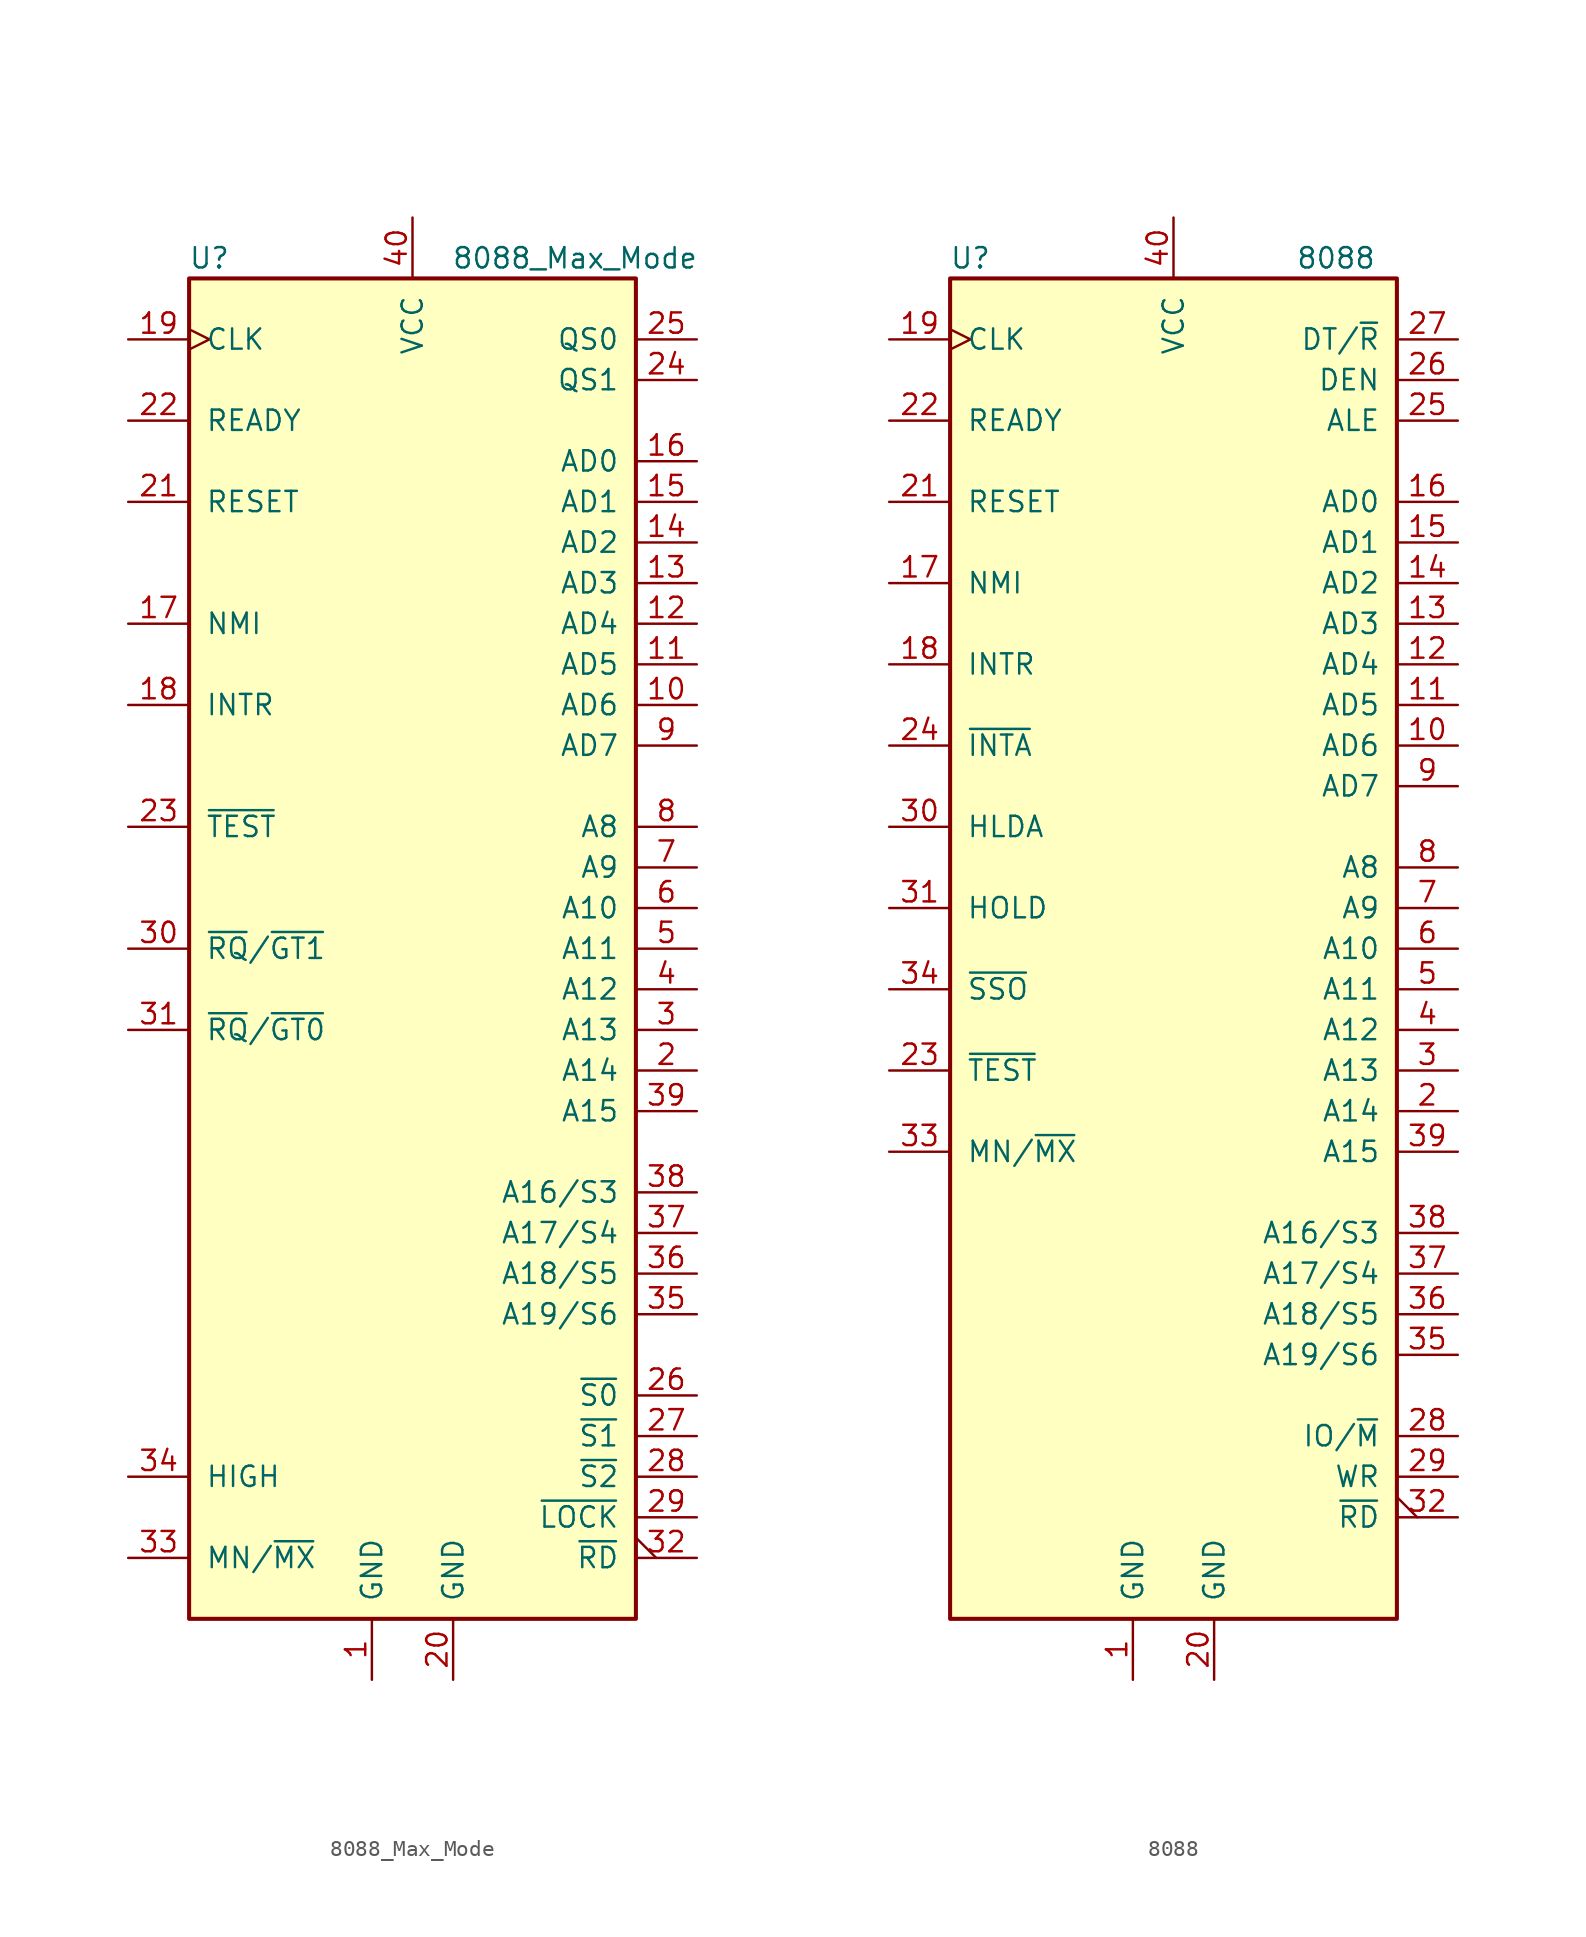
<source format=kicad_sym>
(kicad_symbol_lib
  (version 20201005)
  (generator kicad_symbol_editor)
  (symbol "8088_Max_Mode"
    (pin_names
      (offset 1.016))
    (property "Reference" "U"
      (at -12.7 43.18 0)
      (effects (font (size 1.27 1.27))))
    (property "Value" "8088_Max_Mode"
      (at 10.16 43.18 0)
      (effects (font (size 1.27 1.27))))
    (symbol "8088_Max_Mode_0_1"
      (rectangle (start 13.97 -41.91) (end -13.97 41.91) (stroke (width 0.254)) (fill (type background))))
    (symbol "8088_Max_Mode_1_1"
      (pin power_in line (at -2.54 -45.72 90) (length 3.81) (name "GND" (effects (font (size 1.27 1.27)))) (number "1" (effects (font (size 1.27 1.27)))))
      (pin bidirectional line (at 17.78 15.24 180) (length 3.81) (name "AD6" (effects (font (size 1.27 1.27)))) (number "10" (effects (font (size 1.27 1.27)))))
      (pin bidirectional line (at 17.78 17.78 180) (length 3.81) (name "AD5" (effects (font (size 1.27 1.27)))) (number "11" (effects (font (size 1.27 1.27)))))
      (pin bidirectional line (at 17.78 20.32 180) (length 3.81) (name "AD4" (effects (font (size 1.27 1.27)))) (number "12" (effects (font (size 1.27 1.27)))))
      (pin bidirectional line (at 17.78 22.86 180) (length 3.81) (name "AD3" (effects (font (size 1.27 1.27)))) (number "13" (effects (font (size 1.27 1.27)))))
      (pin bidirectional line (at 17.78 25.4 180) (length 3.81) (name "AD2" (effects (font (size 1.27 1.27)))) (number "14" (effects (font (size 1.27 1.27)))))
      (pin bidirectional line (at 17.78 27.94 180) (length 3.81) (name "AD1" (effects (font (size 1.27 1.27)))) (number "15" (effects (font (size 1.27 1.27)))))
      (pin bidirectional line (at 17.78 30.48 180) (length 3.81) (name "AD0" (effects (font (size 1.27 1.27)))) (number "16" (effects (font (size 1.27 1.27)))))
      (pin input line (at -17.78 20.32 0) (length 3.81) (name "NMI" (effects (font (size 1.27 1.27)))) (number "17" (effects (font (size 1.27 1.27)))))
      (pin input line (at -17.78 15.24 0) (length 3.81) (name "INTR" (effects (font (size 1.27 1.27)))) (number "18" (effects (font (size 1.27 1.27)))))
      (pin input clock (at -17.78 38.1 0) (length 3.81) (name "CLK" (effects (font (size 1.27 1.27)))) (number "19" (effects (font (size 1.27 1.27)))))
      (pin output line (at 17.78 -7.62 180) (length 3.81) (name "A14" (effects (font (size 1.27 1.27)))) (number "2" (effects (font (size 1.27 1.27)))))
      (pin power_in line (at 2.54 -45.72 90) (length 3.81) (name "GND" (effects (font (size 1.27 1.27)))) (number "20" (effects (font (size 1.27 1.27)))))
      (pin input line (at -17.78 27.94 0) (length 3.81) (name "RESET" (effects (font (size 1.27 1.27)))) (number "21" (effects (font (size 1.27 1.27)))))
      (pin input line (at -17.78 33.02 0) (length 3.81) (name "READY" (effects (font (size 1.27 1.27)))) (number "22" (effects (font (size 1.27 1.27)))))
      (pin input line (at -17.78 7.62 0) (length 3.81) (name "~TEST~" (effects (font (size 1.27 1.27)))) (number "23" (effects (font (size 1.27 1.27)))))
      (pin output line (at 17.78 35.56 180) (length 3.81) (name "QS1" (effects (font (size 1.27 1.27)))) (number "24" (effects (font (size 1.27 1.27)))))
      (pin output line (at 17.78 38.1 180) (length 3.81) (name "QS0" (effects (font (size 1.27 1.27)))) (number "25" (effects (font (size 1.27 1.27)))))
      (pin output line (at 17.78 -27.94 180) (length 3.81) (name "~S0~" (effects (font (size 1.27 1.27)))) (number "26" (effects (font (size 1.27 1.27)))))
      (pin output line (at 17.78 -30.48 180) (length 3.81) (name "~S1~" (effects (font (size 1.27 1.27)))) (number "27" (effects (font (size 1.27 1.27)))))
      (pin output line (at 17.78 -33.02 180) (length 3.81) (name "~S2~" (effects (font (size 1.27 1.27)))) (number "28" (effects (font (size 1.27 1.27)))))
      (pin output line (at 17.78 -35.56 180) (length 3.81) (name "~LOCK~" (effects (font (size 1.27 1.27)))) (number "29" (effects (font (size 1.27 1.27)))))
      (pin output line (at 17.78 -5.08 180) (length 3.81) (name "A13" (effects (font (size 1.27 1.27)))) (number "3" (effects (font (size 1.27 1.27)))))
      (pin bidirectional line (at -17.78 0 0) (length 3.81) (name "~RQ~/~GT1~" (effects (font (size 1.27 1.27)))) (number "30" (effects (font (size 1.27 1.27)))))
      (pin bidirectional line (at -17.78 -5.08 0) (length 3.81) (name "~RQ~/~GT0~" (effects (font (size 1.27 1.27)))) (number "31" (effects (font (size 1.27 1.27)))))
      (pin output output_low (at 17.78 -38.1 180) (length 3.81) (name "~RD~" (effects (font (size 1.27 1.27)))) (number "32" (effects (font (size 1.27 1.27)))))
      (pin input line (at -17.78 -38.1 0) (length 3.81) (name "MN/~MX~" (effects (font (size 1.27 1.27)))) (number "33" (effects (font (size 1.27 1.27)))))
      (pin output line (at -17.78 -33.02 0) (length 3.81) (name "HIGH" (effects (font (size 1.27 1.27)))) (number "34" (effects (font (size 1.27 1.27)))))
      (pin output line (at 17.78 -22.86 180) (length 3.81) (name "A19/S6" (effects (font (size 1.27 1.27)))) (number "35" (effects (font (size 1.27 1.27)))))
      (pin output line (at 17.78 -20.32 180) (length 3.81) (name "A18/S5" (effects (font (size 1.27 1.27)))) (number "36" (effects (font (size 1.27 1.27)))))
      (pin output line (at 17.78 -17.78 180) (length 3.81) (name "A17/S4" (effects (font (size 1.27 1.27)))) (number "37" (effects (font (size 1.27 1.27)))))
      (pin output line (at 17.78 -15.24 180) (length 3.81) (name "A16/S3" (effects (font (size 1.27 1.27)))) (number "38" (effects (font (size 1.27 1.27)))))
      (pin output line (at 17.78 -10.16 180) (length 3.81) (name "A15" (effects (font (size 1.27 1.27)))) (number "39" (effects (font (size 1.27 1.27)))))
      (pin output line (at 17.78 -2.54 180) (length 3.81) (name "A12" (effects (font (size 1.27 1.27)))) (number "4" (effects (font (size 1.27 1.27)))))
      (pin power_in line (at 0 45.72 270) (length 3.81) (name "VCC" (effects (font (size 1.27 1.27)))) (number "40" (effects (font (size 1.27 1.27)))))
      (pin output line (at 17.78 0 180) (length 3.81) (name "A11" (effects (font (size 1.27 1.27)))) (number "5" (effects (font (size 1.27 1.27)))))
      (pin output line (at 17.78 2.54 180) (length 3.81) (name "A10" (effects (font (size 1.27 1.27)))) (number "6" (effects (font (size 1.27 1.27)))))
      (pin output line (at 17.78 5.08 180) (length 3.81) (name "A9" (effects (font (size 1.27 1.27)))) (number "7" (effects (font (size 1.27 1.27)))))
      (pin output line (at 17.78 7.62 180) (length 3.81) (name "A8" (effects (font (size 1.27 1.27)))) (number "8" (effects (font (size 1.27 1.27)))))
      (pin bidirectional line (at 17.78 12.7 180) (length 3.81) (name "AD7" (effects (font (size 1.27 1.27)))) (number "9" (effects (font (size 1.27 1.27)))))))
  (symbol "8088"
    (pin_names
      (offset 1.016))
    (property "Reference" "U"
      (at -12.7 43.18 0)
      (effects (font (size 1.27 1.27))))
    (property "Value" "8088"
      (at 10.16 43.18 0)
      (effects (font (size 1.27 1.27))))
    (symbol "8088_0_1"
      (rectangle (start 13.97 -41.91) (end -13.97 41.91) (stroke (width 0.254)) (fill (type background))))
    (symbol "8088_1_1"
      (pin power_in line (at -2.54 -45.72 90) (length 3.81) (name "GND" (effects (font (size 1.27 1.27)))) (number "1" (effects (font (size 1.27 1.27)))))
      (pin bidirectional line (at 17.78 12.7 180) (length 3.81) (name "AD6" (effects (font (size 1.27 1.27)))) (number "10" (effects (font (size 1.27 1.27)))))
      (pin bidirectional line (at 17.78 15.24 180) (length 3.81) (name "AD5" (effects (font (size 1.27 1.27)))) (number "11" (effects (font (size 1.27 1.27)))))
      (pin bidirectional line (at 17.78 17.78 180) (length 3.81) (name "AD4" (effects (font (size 1.27 1.27)))) (number "12" (effects (font (size 1.27 1.27)))))
      (pin bidirectional line (at 17.78 20.32 180) (length 3.81) (name "AD3" (effects (font (size 1.27 1.27)))) (number "13" (effects (font (size 1.27 1.27)))))
      (pin bidirectional line (at 17.78 22.86 180) (length 3.81) (name "AD2" (effects (font (size 1.27 1.27)))) (number "14" (effects (font (size 1.27 1.27)))))
      (pin bidirectional line (at 17.78 25.4 180) (length 3.81) (name "AD1" (effects (font (size 1.27 1.27)))) (number "15" (effects (font (size 1.27 1.27)))))
      (pin bidirectional line (at 17.78 27.94 180) (length 3.81) (name "AD0" (effects (font (size 1.27 1.27)))) (number "16" (effects (font (size 1.27 1.27)))))
      (pin input line (at -17.78 22.86 0) (length 3.81) (name "NMI" (effects (font (size 1.27 1.27)))) (number "17" (effects (font (size 1.27 1.27)))))
      (pin input line (at -17.78 17.78 0) (length 3.81) (name "INTR" (effects (font (size 1.27 1.27)))) (number "18" (effects (font (size 1.27 1.27)))))
      (pin input clock (at -17.78 38.1 0) (length 3.81) (name "CLK" (effects (font (size 1.27 1.27)))) (number "19" (effects (font (size 1.27 1.27)))))
      (pin output line (at 17.78 -10.16 180) (length 3.81) (name "A14" (effects (font (size 1.27 1.27)))) (number "2" (effects (font (size 1.27 1.27)))))
      (pin power_in line (at 2.54 -45.72 90) (length 3.81) (name "GND" (effects (font (size 1.27 1.27)))) (number "20" (effects (font (size 1.27 1.27)))))
      (pin input line (at -17.78 27.94 0) (length 3.81) (name "RESET" (effects (font (size 1.27 1.27)))) (number "21" (effects (font (size 1.27 1.27)))))
      (pin input line (at -17.78 33.02 0) (length 3.81) (name "READY" (effects (font (size 1.27 1.27)))) (number "22" (effects (font (size 1.27 1.27)))))
      (pin input line (at -17.78 -7.62 0) (length 3.81) (name "~TEST~" (effects (font (size 1.27 1.27)))) (number "23" (effects (font (size 1.27 1.27)))))
      (pin output line (at -17.78 12.7 0) (length 3.81) (name "~INTA~" (effects (font (size 1.27 1.27)))) (number "24" (effects (font (size 1.27 1.27)))))
      (pin output line (at 17.78 33.02 180) (length 3.81) (name "ALE" (effects (font (size 1.27 1.27)))) (number "25" (effects (font (size 1.27 1.27)))))
      (pin output line (at 17.78 35.56 180) (length 3.81) (name "DEN" (effects (font (size 1.27 1.27)))) (number "26" (effects (font (size 1.27 1.27)))))
      (pin output line (at 17.78 38.1 180) (length 3.81) (name "DT/~R~" (effects (font (size 1.27 1.27)))) (number "27" (effects (font (size 1.27 1.27)))))
      (pin output line (at 17.78 -30.48 180) (length 3.81) (name "IO/~M~" (effects (font (size 1.27 1.27)))) (number "28" (effects (font (size 1.27 1.27)))))
      (pin output line (at 17.78 -33.02 180) (length 3.81) (name "WR" (effects (font (size 1.27 1.27)))) (number "29" (effects (font (size 1.27 1.27)))))
      (pin output line (at 17.78 -7.62 180) (length 3.81) (name "A13" (effects (font (size 1.27 1.27)))) (number "3" (effects (font (size 1.27 1.27)))))
      (pin output line (at -17.78 7.62 0) (length 3.81) (name "HLDA" (effects (font (size 1.27 1.27)))) (number "30" (effects (font (size 1.27 1.27)))))
      (pin input line (at -17.78 2.54 0) (length 3.81) (name "HOLD" (effects (font (size 1.27 1.27)))) (number "31" (effects (font (size 1.27 1.27)))))
      (pin output output_low (at 17.78 -35.56 180) (length 3.81) (name "~RD~" (effects (font (size 1.27 1.27)))) (number "32" (effects (font (size 1.27 1.27)))))
      (pin input line (at -17.78 -12.7 0) (length 3.81) (name "MN/~MX~" (effects (font (size 1.27 1.27)))) (number "33" (effects (font (size 1.27 1.27)))))
      (pin output line (at -17.78 -2.54 0) (length 3.81) (name "~SSO~" (effects (font (size 1.27 1.27)))) (number "34" (effects (font (size 1.27 1.27)))))
      (pin output line (at 17.78 -25.4 180) (length 3.81) (name "A19/S6" (effects (font (size 1.27 1.27)))) (number "35" (effects (font (size 1.27 1.27)))))
      (pin output line (at 17.78 -22.86 180) (length 3.81) (name "A18/S5" (effects (font (size 1.27 1.27)))) (number "36" (effects (font (size 1.27 1.27)))))
      (pin output line (at 17.78 -20.32 180) (length 3.81) (name "A17/S4" (effects (font (size 1.27 1.27)))) (number "37" (effects (font (size 1.27 1.27)))))
      (pin output line (at 17.78 -17.78 180) (length 3.81) (name "A16/S3" (effects (font (size 1.27 1.27)))) (number "38" (effects (font (size 1.27 1.27)))))
      (pin output line (at 17.78 -12.7 180) (length 3.81) (name "A15" (effects (font (size 1.27 1.27)))) (number "39" (effects (font (size 1.27 1.27)))))
      (pin output line (at 17.78 -5.08 180) (length 3.81) (name "A12" (effects (font (size 1.27 1.27)))) (number "4" (effects (font (size 1.27 1.27)))))
      (pin power_in line (at 0 45.72 270) (length 3.81) (name "VCC" (effects (font (size 1.27 1.27)))) (number "40" (effects (font (size 1.27 1.27)))))
      (pin output line (at 17.78 -2.54 180) (length 3.81) (name "A11" (effects (font (size 1.27 1.27)))) (number "5" (effects (font (size 1.27 1.27)))))
      (pin output line (at 17.78 0 180) (length 3.81) (name "A10" (effects (font (size 1.27 1.27)))) (number "6" (effects (font (size 1.27 1.27)))))
      (pin output line (at 17.78 2.54 180) (length 3.81) (name "A9" (effects (font (size 1.27 1.27)))) (number "7" (effects (font (size 1.27 1.27)))))
      (pin output line (at 17.78 5.08 180) (length 3.81) (name "A8" (effects (font (size 1.27 1.27)))) (number "8" (effects (font (size 1.27 1.27)))))
      (pin bidirectional line (at 17.78 10.16 180) (length 3.81) (name "AD7" (effects (font (size 1.27 1.27)))) (number "9" (effects (font (size 1.27 1.27))))))))
</source>
